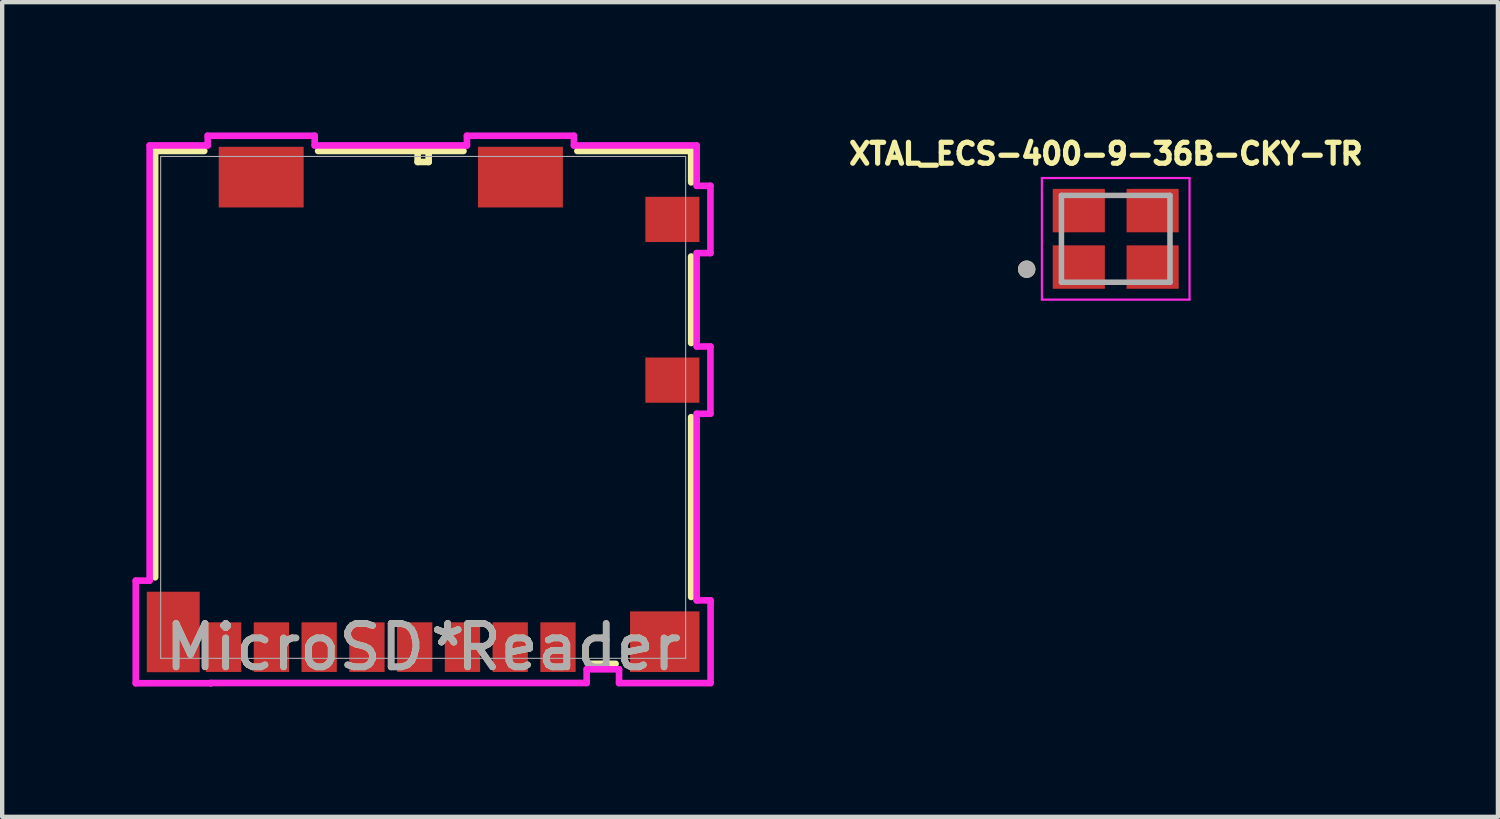
<source format=kicad_pcb>
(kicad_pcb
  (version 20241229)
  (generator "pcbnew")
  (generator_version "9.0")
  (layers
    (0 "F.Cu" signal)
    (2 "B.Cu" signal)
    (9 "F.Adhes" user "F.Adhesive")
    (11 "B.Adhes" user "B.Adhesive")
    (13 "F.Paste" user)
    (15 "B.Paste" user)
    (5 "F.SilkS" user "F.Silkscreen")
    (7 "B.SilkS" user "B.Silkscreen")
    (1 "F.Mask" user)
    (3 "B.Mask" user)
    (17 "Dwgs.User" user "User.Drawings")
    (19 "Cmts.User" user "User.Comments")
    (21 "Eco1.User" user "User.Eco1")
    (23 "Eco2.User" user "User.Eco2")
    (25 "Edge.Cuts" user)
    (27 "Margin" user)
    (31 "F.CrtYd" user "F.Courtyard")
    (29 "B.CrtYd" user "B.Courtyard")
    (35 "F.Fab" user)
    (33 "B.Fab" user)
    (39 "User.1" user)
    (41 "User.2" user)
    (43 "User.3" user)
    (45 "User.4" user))
  (footprint "XTAL_ECS-400-9-36B-CKY-TR"
    (layer "F.Cu")
    (at 22.644 2.45)
    (property "Reference" "XTAL_ECS-400-9-36B-CKY-TR" (at -0.226 -1.958 0) (layer "F.SilkS") (effects (font (size 0.481 0.481) (thickness 0.15))))
    (attr smd)
    (fp_circle (center -2.05 0.7) (end -1.95 0.7) (stroke (width 0.2) (type solid)) (fill no) (layer "F.SilkS"))
    (fp_line (start -1.7 -1.4) (end -1.7 1.4) (stroke (width 0.05) (type solid)) (layer "F.CrtYd"))
    (fp_line (start -1.7 1.4) (end 1.7 1.4) (stroke (width 0.05) (type solid)) (layer "F.CrtYd"))
    (fp_line (start 1.7 -1.4) (end -1.7 -1.4) (stroke (width 0.05) (type solid)) (layer "F.CrtYd"))
    (fp_line (start 1.7 1.4) (end 1.7 -1.4) (stroke (width 0.05) (type solid)) (layer "F.CrtYd"))
    (fp_line (start -1.25 -1) (end -1.25 1) (stroke (width 0.127) (type solid)) (layer "F.Fab"))
    (fp_line (start -1.25 1) (end 1.25 1) (stroke (width 0.127) (type solid)) (layer "F.Fab"))
    (fp_line (start 1.25 -1) (end -1.25 -1) (stroke (width 0.127) (type solid)) (layer "F.Fab"))
    (fp_line (start 1.25 1) (end 1.25 -1) (stroke (width 0.127) (type solid)) (layer "F.Fab"))
    (fp_circle (center -2.05 0.7) (end -1.95 0.7) (stroke (width 0.2) (type solid)) (fill no) (layer "F.Fab"))
    (pad "1" smd rect (at -0.85 0.65 90) (size 1 1.2) (layers "F.Cu" "F.Mask" "F.Paste"))
    (pad "2" smd rect (at 0.85 0.65 90) (size 1 1.2) (layers "F.Cu" "F.Mask" "F.Paste"))
    (pad "3" smd rect (at 0.85 -0.65 90) (size 1 1.2) (layers "F.Cu" "F.Mask" "F.Paste"))
    (pad "4" smd rect (at -0.85 -0.65 90) (size 1 1.2) (layers "F.Cu" "F.Mask" "F.Paste")))
  (footprint "MicroSD Reader"
    (layer "F.Cu")
    (at 6.695 6.332)
    (property "Reference" "MicroSD Reader" (at 0 5.521 0) (unlocked yes) (layer "F.SilkS") (effects (font (size 1 1) (thickness 0.15))))
    (attr smd)
    (fp_line (start -6.172 -5.905) (end -6.172 3.912) (stroke (width 0.152) (type solid)) (layer "F.SilkS"))
    (fp_line (start -5.041 -5.905) (end -6.172 -5.905) (stroke (width 0.152) (type solid)) (layer "F.SilkS"))
    (fp_line (start -0.127 -5.905) (end -0.127 -5.652) (stroke (width 0.152) (type solid)) (layer "F.SilkS"))
    (fp_line (start -0.127 -5.652) (end 0.127 -5.652) (stroke (width 0.152) (type solid)) (layer "F.SilkS"))
    (fp_line (start 0.127 -5.905) (end -0.127 -5.905) (stroke (width 0.152) (type solid)) (layer "F.SilkS"))
    (fp_line (start 0.127 -5.652) (end 0.127 -5.905) (stroke (width 0.152) (type solid)) (layer "F.SilkS"))
    (fp_line (start 0.929 -5.905) (end -2.419 -5.905) (stroke (width 0.152) (type solid)) (layer "F.SilkS"))
    (fp_line (start 3.844 5.905) (end 4.432 5.905) (stroke (width 0.152) (type solid)) (layer "F.SilkS"))
    (fp_line (start 6.172 -5.905) (end 3.551 -5.905) (stroke (width 0.152) (type solid)) (layer "F.SilkS"))
    (fp_line (start 6.172 -5.182) (end 6.172 -5.905) (stroke (width 0.152) (type solid)) (layer "F.SilkS"))
    (fp_line (start 6.172 -1.482) (end 6.172 -3.475) (stroke (width 0.152) (type solid)) (layer "F.SilkS"))
    (fp_line (start 6.172 4.365) (end 6.172 0.225) (stroke (width 0.152) (type solid)) (layer "F.SilkS"))
    (fp_line (start -6.619 3.99) (end -6.619 6.353) (stroke (width 0.152) (type solid)) (layer "F.CrtYd"))
    (fp_line (start -6.619 6.353) (end -4.891 6.353) (stroke (width 0.152) (type solid)) (layer "F.CrtYd"))
    (fp_line (start -6.299 -6.032) (end -6.299 3.99) (stroke (width 0.152) (type solid)) (layer "F.CrtYd"))
    (fp_line (start -6.299 3.99) (end -6.619 3.99) (stroke (width 0.152) (type solid)) (layer "F.CrtYd"))
    (fp_line (start -4.962 -6.256) (end -4.962 -6.032) (stroke (width 0.152) (type solid)) (layer "F.CrtYd"))
    (fp_line (start -4.962 -6.032) (end -6.299 -6.032) (stroke (width 0.152) (type solid)) (layer "F.CrtYd"))
    (fp_line (start -4.891 6.347) (end 3.765 6.347) (stroke (width 0.152) (type solid)) (layer "F.CrtYd"))
    (fp_line (start -4.891 6.353) (end -4.891 6.347) (stroke (width 0.152) (type solid)) (layer "F.CrtYd"))
    (fp_line (start -2.498 -6.256) (end -4.962 -6.256) (stroke (width 0.152) (type solid)) (layer "F.CrtYd"))
    (fp_line (start -2.498 -6.032) (end -2.498 -6.256) (stroke (width 0.152) (type solid)) (layer "F.CrtYd"))
    (fp_line (start 1.008 -6.256) (end 1.008 -6.032) (stroke (width 0.152) (type solid)) (layer "F.CrtYd"))
    (fp_line (start 1.008 -6.032) (end -2.498 -6.032) (stroke (width 0.152) (type solid)) (layer "F.CrtYd"))
    (fp_line (start 3.472 -6.256) (end 1.008 -6.256) (stroke (width 0.152) (type solid)) (layer "F.CrtYd"))
    (fp_line (start 3.472 -6.032) (end 3.472 -6.256) (stroke (width 0.152) (type solid)) (layer "F.CrtYd"))
    (fp_line (start 3.765 6.032) (end 4.511 6.032) (stroke (width 0.152) (type solid)) (layer "F.CrtYd"))
    (fp_line (start 3.765 6.347) (end 3.765 6.032) (stroke (width 0.152) (type solid)) (layer "F.CrtYd"))
    (fp_line (start 4.511 6.032) (end 4.511 6.349) (stroke (width 0.152) (type solid)) (layer "F.CrtYd"))
    (fp_line (start 4.511 6.349) (end 6.619 6.349) (stroke (width 0.152) (type solid)) (layer "F.CrtYd"))
    (fp_line (start 6.299 -6.032) (end 3.472 -6.032) (stroke (width 0.152) (type solid)) (layer "F.CrtYd"))
    (fp_line (start 6.299 -5.103) (end 6.299 -6.032) (stroke (width 0.152) (type solid)) (layer "F.CrtYd"))
    (fp_line (start 6.299 -3.554) (end 6.616 -3.554) (stroke (width 0.152) (type solid)) (layer "F.CrtYd"))
    (fp_line (start 6.299 -1.403) (end 6.299 -3.554) (stroke (width 0.152) (type solid)) (layer "F.CrtYd"))
    (fp_line (start 6.299 0.146) (end 6.616 0.146) (stroke (width 0.152) (type solid)) (layer "F.CrtYd"))
    (fp_line (start 6.299 4.444) (end 6.299 0.146) (stroke (width 0.152) (type solid)) (layer "F.CrtYd"))
    (fp_line (start 6.616 -5.103) (end 6.299 -5.103) (stroke (width 0.152) (type solid)) (layer "F.CrtYd"))
    (fp_line (start 6.616 -3.554) (end 6.616 -5.103) (stroke (width 0.152) (type solid)) (layer "F.CrtYd"))
    (fp_line (start 6.616 -1.403) (end 6.299 -1.403) (stroke (width 0.152) (type solid)) (layer "F.CrtYd"))
    (fp_line (start 6.616 0.146) (end 6.616 -1.403) (stroke (width 0.152) (type solid)) (layer "F.CrtYd"))
    (fp_line (start 6.619 4.444) (end 6.299 4.444) (stroke (width 0.152) (type solid)) (layer "F.CrtYd"))
    (fp_line (start 6.619 6.349) (end 6.619 4.444) (stroke (width 0.152) (type solid)) (layer "F.CrtYd"))
    (fp_line (start -6.045 -5.779) (end -6.045 5.779) (stroke (width 0.025) (type solid)) (layer "F.Fab"))
    (fp_line (start -6.045 5.779) (end 6.045 5.779) (stroke (width 0.025) (type solid)) (layer "F.Fab"))
    (fp_line (start 0 -5.779) (end 0 -5.779) (stroke (width 0.025) (type solid)) (layer "F.Fab"))
    (fp_line (start 0 -5.779) (end 0 -5.779) (stroke (width 0.025) (type solid)) (layer "F.Fab"))
    (fp_line (start 0 -5.779) (end 0 -5.779) (stroke (width 0.025) (type solid)) (layer "F.Fab"))
    (fp_line (start 0 -5.779) (end 0 -5.779) (stroke (width 0.025) (type solid)) (layer "F.Fab"))
    (fp_line (start 6.045 -5.779) (end -6.045 -5.779) (stroke (width 0.025) (type solid)) (layer "F.Fab"))
    (fp_line (start 6.045 5.779) (end 6.045 -5.779) (stroke (width 0.025) (type solid)) (layer "F.Fab"))
    (fp_text user "*" (at 0.565 5.521 0) (layer "F.SilkS") (effects (font (size 1 1) (thickness 0.15))))
    (fp_text user "*" (at 0.565 5.521 0) (unlocked yes) (layer "F.SilkS") (effects (font (size 1 1) (thickness 0.15))))
    (fp_text user "*" (at 0.565 5.521 0) (unlocked yes) (layer "F.Fab") (effects (font (size 1 1) (thickness 0.15))))
    (fp_text user "*" (at 0.565 5.521 0) (layer "F.Fab") (effects (font (size 1 1) (thickness 0.15))))
    (fp_text user "${REFERENCE}" (at 0 5.521 0) (unlocked yes) (layer "F.Fab") (effects (font (size 1 1) (thickness 0.15))))
    (pad "1" smd rect (at 3.105 5.521) (size 0.813 1.143) (layers "F.Cu" "F.Mask" "F.Paste"))
    (pad "2" smd rect (at 2.005 5.521) (size 0.813 1.143) (layers "F.Cu" "F.Mask" "F.Paste"))
    (pad "3" smd rect (at 0.905 5.521) (size 0.813 1.143) (layers "F.Cu" "F.Mask" "F.Paste"))
    (pad "4" smd rect (at -0.195 5.521) (size 0.813 1.143) (layers "F.Cu" "F.Mask" "F.Paste"))
    (pad "5" smd rect (at -1.295 5.521) (size 0.813 1.143) (layers "F.Cu" "F.Mask" "F.Paste"))
    (pad "6" smd rect (at -2.395 5.521) (size 0.813 1.143) (layers "F.Cu" "F.Mask" "F.Paste"))
    (pad "7" smd rect (at -3.495 5.521) (size 0.813 1.143) (layers "F.Cu" "F.Mask" "F.Paste"))
    (pad "8" smd rect (at -4.595 5.521) (size 0.813 1.143) (layers "F.Cu" "F.Mask" "F.Paste"))
    (pad "9" smd rect (at 5.74 -0.628) (size 1.245 1.041) (layers "F.Cu" "F.Mask" "F.Paste"))
    (pad "10" smd rect (at 5.74 -4.329) (size 1.245 1.041) (layers "F.Cu" "F.Mask" "F.Paste"))
    (pad "11" smd rect (at 5.565 5.396) (size 1.6 1.397) (layers "F.Cu" "F.Mask" "F.Paste"))
    (pad "12" smd rect (at -5.755 5.172) (size 1.219 1.854) (layers "F.Cu" "F.Mask" "F.Paste"))
    (pad "13" smd rect (at -3.73 -5.303) (size 1.956 1.397) (layers "F.Cu" "F.Mask" "F.Paste"))
    (pad "14" smd rect (at 2.24 -5.303) (size 1.956 1.397) (layers "F.Cu" "F.Mask" "F.Paste")))
  (gr_rect
    (start -3 -3)
    (end 31.446 15.761)
    (stroke (width 0.1) (type default))
    (fill no)
    (layer "Edge.Cuts")))
</source>
